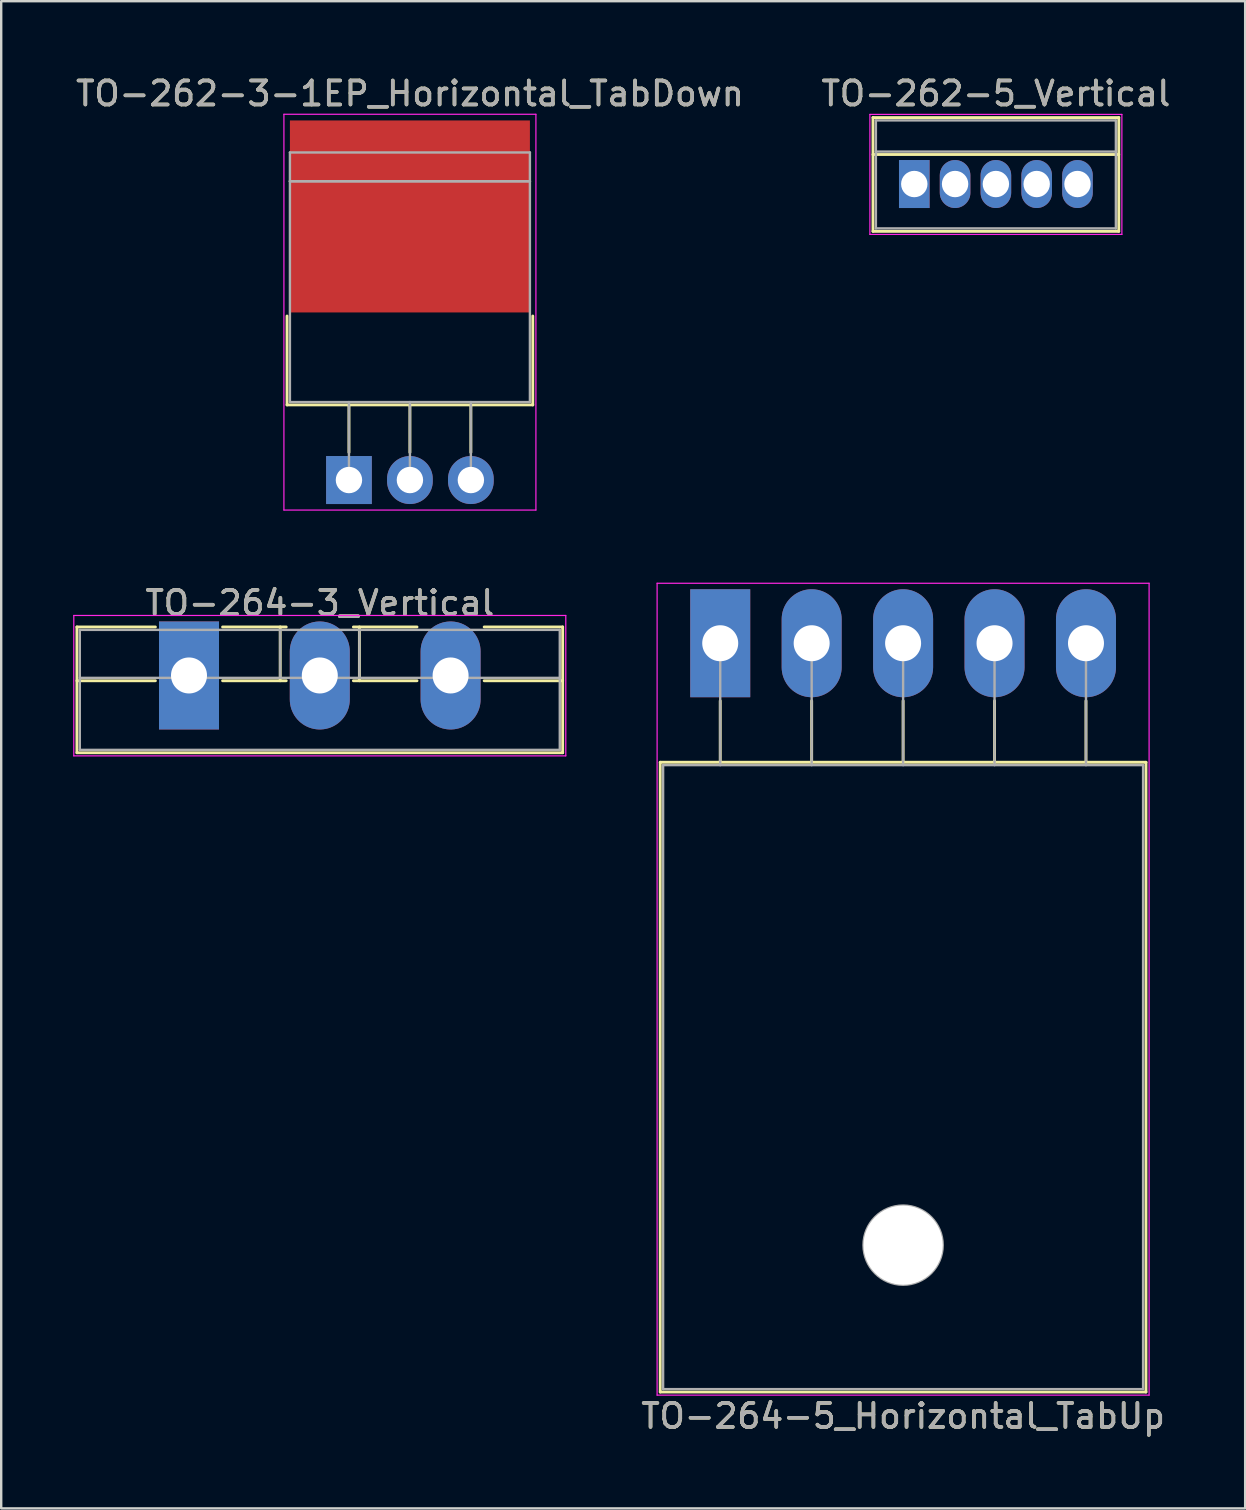
<source format=kicad_pcb>
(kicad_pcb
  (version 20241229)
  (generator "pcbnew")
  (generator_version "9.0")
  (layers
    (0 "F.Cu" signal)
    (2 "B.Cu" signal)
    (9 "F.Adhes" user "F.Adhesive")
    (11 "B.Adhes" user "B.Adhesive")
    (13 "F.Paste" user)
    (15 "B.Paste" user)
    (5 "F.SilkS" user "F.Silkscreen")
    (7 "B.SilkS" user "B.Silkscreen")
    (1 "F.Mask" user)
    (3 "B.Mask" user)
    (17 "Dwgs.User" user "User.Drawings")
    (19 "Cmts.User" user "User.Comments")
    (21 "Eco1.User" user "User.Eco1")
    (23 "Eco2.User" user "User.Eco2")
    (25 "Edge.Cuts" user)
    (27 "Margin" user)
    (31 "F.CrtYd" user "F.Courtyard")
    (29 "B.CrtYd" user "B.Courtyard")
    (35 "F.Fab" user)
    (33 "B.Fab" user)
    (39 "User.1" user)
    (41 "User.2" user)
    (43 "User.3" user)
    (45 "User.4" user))
  (footprint "TO-264-3_Vertical"
    (layer "F.Cu")
    (at 4.825 25.095)
    (property "Reference" "TO-264-3_Vertical" (at 5.45 -3.02 0) (layer "F.SilkS") (effects (font (size 1 1) (thickness 0.15))))
    (attr through_hole)
    (fp_line (start -4.67 -2.021) (end -4.67 3.22) (stroke (width 0.12) (type solid)) (layer "F.SilkS"))
    (fp_line (start -4.67 -2.021) (end -1.4 -2.021) (stroke (width 0.12) (type solid)) (layer "F.SilkS"))
    (fp_line (start -4.67 0.22) (end -1.4 0.22) (stroke (width 0.12) (type solid)) (layer "F.SilkS"))
    (fp_line (start -4.67 3.22) (end 15.57 3.22) (stroke (width 0.12) (type solid)) (layer "F.SilkS"))
    (fp_line (start 1.4 -2.021) (end 4.051 -2.021) (stroke (width 0.12) (type solid)) (layer "F.SilkS"))
    (fp_line (start 1.4 0.22) (end 4.051 0.22) (stroke (width 0.12) (type solid)) (layer "F.SilkS"))
    (fp_line (start 3.8 -2.021) (end 3.8 0.22) (stroke (width 0.12) (type solid)) (layer "F.SilkS"))
    (fp_line (start 6.85 -2.021) (end 9.5 -2.021) (stroke (width 0.12) (type solid)) (layer "F.SilkS"))
    (fp_line (start 6.85 0.22) (end 9.5 0.22) (stroke (width 0.12) (type solid)) (layer "F.SilkS"))
    (fp_line (start 7.1 -2.021) (end 7.1 0.22) (stroke (width 0.12) (type solid)) (layer "F.SilkS"))
    (fp_line (start 12.3 -2.021) (end 15.57 -2.021) (stroke (width 0.12) (type solid)) (layer "F.SilkS"))
    (fp_line (start 12.3 0.22) (end 15.57 0.22) (stroke (width 0.12) (type solid)) (layer "F.SilkS"))
    (fp_line (start 15.57 -2.021) (end 15.57 3.22) (stroke (width 0.12) (type solid)) (layer "F.SilkS"))
    (fp_line (start -4.8 -2.5) (end -4.8 3.35) (stroke (width 0.05) (type solid)) (layer "F.CrtYd"))
    (fp_line (start -4.8 3.35) (end 15.7 3.35) (stroke (width 0.05) (type solid)) (layer "F.CrtYd"))
    (fp_line (start 15.7 -2.5) (end -4.8 -2.5) (stroke (width 0.05) (type solid)) (layer "F.CrtYd"))
    (fp_line (start 15.7 3.35) (end 15.7 -2.5) (stroke (width 0.05) (type solid)) (layer "F.CrtYd"))
    (fp_line (start -4.55 -1.9) (end -4.55 3.1) (stroke (width 0.1) (type solid)) (layer "F.Fab"))
    (fp_line (start -4.55 0.1) (end 15.45 0.1) (stroke (width 0.1) (type solid)) (layer "F.Fab"))
    (fp_line (start -4.55 3.1) (end 15.45 3.1) (stroke (width 0.1) (type solid)) (layer "F.Fab"))
    (fp_line (start 3.8 -1.9) (end 3.8 0.1) (stroke (width 0.1) (type solid)) (layer "F.Fab"))
    (fp_line (start 7.1 -1.9) (end 7.1 0.1) (stroke (width 0.1) (type solid)) (layer "F.Fab"))
    (fp_line (start 15.45 -1.9) (end -4.55 -1.9) (stroke (width 0.1) (type solid)) (layer "F.Fab"))
    (fp_line (start 15.45 3.1) (end 15.45 -1.9) (stroke (width 0.1) (type solid)) (layer "F.Fab"))
    (fp_text user "${REFERENCE}" (at 5.45 -3.02 0) (layer "F.Fab") (effects (font (size 1 1) (thickness 0.15))))
    (pad "1" thru_hole rect (at 0 0) (size 2.5 4.5) (drill 1.5) (layers "*.Cu" "*.Mask"))
    (pad "2" thru_hole oval (at 5.45 0) (size 2.5 4.5) (drill 1.5) (layers "*.Cu" "*.Mask"))
    (pad "3" thru_hole oval (at 10.9 0) (size 2.5 4.5) (drill 1.5) (layers "*.Cu" "*.Mask")))
  (footprint "TO-262-5_Vertical"
    (layer "F.Cu")
    (at 35.046 4.618)
    (property "Reference" "TO-262-5_Vertical" (at 3.4 -3.77 0) (layer "F.SilkS") (effects (font (size 1 1) (thickness 0.15))))
    (attr through_hole)
    (fp_line (start -1.721 -2.77) (end -1.721 1.971) (stroke (width 0.12) (type solid)) (layer "F.SilkS"))
    (fp_line (start -1.721 -2.77) (end 8.52 -2.77) (stroke (width 0.12) (type solid)) (layer "F.SilkS"))
    (fp_line (start -1.721 -1.23) (end 8.52 -1.23) (stroke (width 0.12) (type solid)) (layer "F.SilkS"))
    (fp_line (start -1.721 1.971) (end 8.52 1.971) (stroke (width 0.12) (type solid)) (layer "F.SilkS"))
    (fp_line (start 8.52 -2.77) (end 8.52 1.971) (stroke (width 0.12) (type solid)) (layer "F.SilkS"))
    (fp_line (start -1.85 -2.9) (end -1.85 2.1) (stroke (width 0.05) (type solid)) (layer "F.CrtYd"))
    (fp_line (start -1.85 2.1) (end 8.65 2.1) (stroke (width 0.05) (type solid)) (layer "F.CrtYd"))
    (fp_line (start 8.65 -2.9) (end -1.85 -2.9) (stroke (width 0.05) (type solid)) (layer "F.CrtYd"))
    (fp_line (start 8.65 2.1) (end 8.65 -2.9) (stroke (width 0.05) (type solid)) (layer "F.CrtYd"))
    (fp_line (start -1.6 -2.65) (end -1.6 1.85) (stroke (width 0.1) (type solid)) (layer "F.Fab"))
    (fp_line (start -1.6 -1.35) (end 8.4 -1.35) (stroke (width 0.1) (type solid)) (layer "F.Fab"))
    (fp_line (start -1.6 1.85) (end 8.4 1.85) (stroke (width 0.1) (type solid)) (layer "F.Fab"))
    (fp_line (start 8.4 -2.65) (end -1.6 -2.65) (stroke (width 0.1) (type solid)) (layer "F.Fab"))
    (fp_line (start 8.4 1.85) (end 8.4 -2.65) (stroke (width 0.1) (type solid)) (layer "F.Fab"))
    (fp_text user "${REFERENCE}" (at 3.4 -3.77 0) (layer "F.Fab") (effects (font (size 1 1) (thickness 0.15))))
    (pad "1" thru_hole rect (at 0 0) (size 1.275 2) (drill 1.1) (layers "*.Cu" "*.Mask"))
    (pad "2" thru_hole oval (at 1.7 0) (size 1.275 2) (drill 1.1) (layers "*.Cu" "*.Mask"))
    (pad "3" thru_hole oval (at 3.4 0) (size 1.275 2) (drill 1.1) (layers "*.Cu" "*.Mask"))
    (pad "4" thru_hole oval (at 5.1 0) (size 1.275 2) (drill 1.1) (layers "*.Cu" "*.Mask"))
    (pad "5" thru_hole oval (at 6.8 0) (size 1.275 2) (drill 1.1) (layers "*.Cu" "*.Mask")))
  (footprint "TO-264-5_Horizontal_TabUp"
    (layer "F.Cu")
    (at 26.96 23.752)
    (property "Reference" "TO-264-5_Horizontal_TabUp" (at 7.62 32.2 0) (layer "F.SilkS") (effects (font (size 1 1) (thickness 0.15))))
    (attr through_hole)
    (fp_line (start -2.5 4.96) (end -2.5 31.2) (stroke (width 0.12) (type solid)) (layer "F.SilkS"))
    (fp_line (start -2.5 4.96) (end 17.74 4.96) (stroke (width 0.12) (type solid)) (layer "F.SilkS"))
    (fp_line (start -2.5 31.2) (end 17.74 31.2) (stroke (width 0.12) (type solid)) (layer "F.SilkS"))
    (fp_line (start 0 2.4) (end 0 4.96) (stroke (width 0.12) (type solid)) (layer "F.SilkS"))
    (fp_line (start 3.81 2.4) (end 3.81 4.96) (stroke (width 0.12) (type solid)) (layer "F.SilkS"))
    (fp_line (start 7.62 2.4) (end 7.62 4.96) (stroke (width 0.12) (type solid)) (layer "F.SilkS"))
    (fp_line (start 11.43 2.4) (end 11.43 4.96) (stroke (width 0.12) (type solid)) (layer "F.SilkS"))
    (fp_line (start 15.24 2.4) (end 15.24 4.96) (stroke (width 0.12) (type solid)) (layer "F.SilkS"))
    (fp_line (start 17.74 4.96) (end 17.74 31.2) (stroke (width 0.12) (type solid)) (layer "F.SilkS"))
    (fp_line (start -2.63 -2.5) (end -2.63 31.33) (stroke (width 0.05) (type solid)) (layer "F.CrtYd"))
    (fp_line (start -2.63 31.33) (end 17.87 31.33) (stroke (width 0.05) (type solid)) (layer "F.CrtYd"))
    (fp_line (start 17.87 -2.5) (end -2.63 -2.5) (stroke (width 0.05) (type solid)) (layer "F.CrtYd"))
    (fp_line (start 17.87 31.33) (end 17.87 -2.5) (stroke (width 0.05) (type solid)) (layer "F.CrtYd"))
    (fp_line (start -2.38 5.08) (end -2.38 31.08) (stroke (width 0.1) (type solid)) (layer "F.Fab"))
    (fp_line (start -2.38 31.08) (end 17.62 31.08) (stroke (width 0.1) (type solid)) (layer "F.Fab"))
    (fp_line (start 0 5.08) (end 0 0) (stroke (width 0.1) (type solid)) (layer "F.Fab"))
    (fp_line (start 3.81 5.08) (end 3.81 0) (stroke (width 0.1) (type solid)) (layer "F.Fab"))
    (fp_line (start 7.62 5.08) (end 7.62 0) (stroke (width 0.1) (type solid)) (layer "F.Fab"))
    (fp_line (start 11.43 5.08) (end 11.43 0) (stroke (width 0.1) (type solid)) (layer "F.Fab"))
    (fp_line (start 15.24 5.08) (end 15.24 0) (stroke (width 0.1) (type solid)) (layer "F.Fab"))
    (fp_line (start 17.62 5.08) (end -2.38 5.08) (stroke (width 0.1) (type solid)) (layer "F.Fab"))
    (fp_line (start 17.62 31.08) (end 17.62 5.08) (stroke (width 0.1) (type solid)) (layer "F.Fab"))
    (fp_circle (center 7.62 25.08) (end 9.27 25.08) (stroke (width 0.1) (type solid)) (fill no) (layer "F.Fab"))
    (fp_text user "${REFERENCE}" (at 7.62 32.2 0) (layer "F.Fab") (effects (font (size 1 1) (thickness 0.15))))
    (pad "" np_thru_hole oval (at 7.62 25.08) (size 3.3 3.3) (drill 3.3) (layers "*.Cu" "*.Mask"))
    (pad "1" thru_hole rect (at 0 0) (size 2.5 4.5) (drill 1.5) (layers "*.Cu" "*.Mask"))
    (pad "2" thru_hole oval (at 3.81 0) (size 2.5 4.5) (drill 1.5) (layers "*.Cu" "*.Mask"))
    (pad "3" thru_hole oval (at 7.62 0) (size 2.5 4.5) (drill 1.5) (layers "*.Cu" "*.Mask"))
    (pad "4" thru_hole oval (at 11.43 0) (size 2.5 4.5) (drill 1.5) (layers "*.Cu" "*.Mask"))
    (pad "5" thru_hole oval (at 15.24 0) (size 2.5 4.5) (drill 1.5) (layers "*.Cu" "*.Mask")))
  (footprint "TO-262-3-1EP_Horizontal_TabDown"
    (layer "F.Cu")
    (at 11.49 16.952)
    (property "Reference" "TO-262-3-1EP_Horizontal_TabDown" (at 2.54 -16.103 0) (layer "F.SilkS") (effects (font (size 1 1) (thickness 0.15))))
    (attr through_hole)
    (fp_line (start -2.58 -6.834) (end -2.58 -3.13) (stroke (width 0.12) (type solid)) (layer "F.SilkS"))
    (fp_line (start -2.58 -3.13) (end 7.66 -3.13) (stroke (width 0.12) (type solid)) (layer "F.SilkS"))
    (fp_line (start 0 -3.13) (end 0 -1.15) (stroke (width 0.12) (type solid)) (layer "F.SilkS"))
    (fp_line (start 2.54 -3.13) (end 2.54 -1.15) (stroke (width 0.12) (type solid)) (layer "F.SilkS"))
    (fp_line (start 5.08 -3.13) (end 5.08 -1.15) (stroke (width 0.12) (type solid)) (layer "F.SilkS"))
    (fp_line (start 7.66 -6.834) (end 7.66 -3.13) (stroke (width 0.12) (type solid)) (layer "F.SilkS"))
    (fp_line (start -2.71 -15.24) (end -2.71 1.25) (stroke (width 0.05) (type solid)) (layer "F.CrtYd"))
    (fp_line (start -2.71 1.25) (end 7.79 1.25) (stroke (width 0.05) (type solid)) (layer "F.CrtYd"))
    (fp_line (start 7.79 -15.24) (end -2.71 -15.24) (stroke (width 0.05) (type solid)) (layer "F.CrtYd"))
    (fp_line (start 7.79 1.25) (end 7.79 -15.24) (stroke (width 0.05) (type solid)) (layer "F.CrtYd"))
    (fp_line (start -2.46 -13.65) (end 7.54 -13.65) (stroke (width 0.1) (type solid)) (layer "F.Fab"))
    (fp_line (start -2.46 -12.45) (end -2.46 -13.65) (stroke (width 0.1) (type solid)) (layer "F.Fab"))
    (fp_line (start -2.46 -12.45) (end 7.54 -12.45) (stroke (width 0.1) (type solid)) (layer "F.Fab"))
    (fp_line (start -2.46 -3.25) (end -2.46 -12.45) (stroke (width 0.1) (type solid)) (layer "F.Fab"))
    (fp_line (start 0 -3.25) (end 0 0) (stroke (width 0.1) (type solid)) (layer "F.Fab"))
    (fp_line (start 2.54 -3.25) (end 2.54 0) (stroke (width 0.1) (type solid)) (layer "F.Fab"))
    (fp_line (start 5.08 -3.25) (end 5.08 0) (stroke (width 0.1) (type solid)) (layer "F.Fab"))
    (fp_line (start 7.54 -13.65) (end 7.54 -12.45) (stroke (width 0.1) (type solid)) (layer "F.Fab"))
    (fp_line (start 7.54 -12.45) (end -2.46 -12.45) (stroke (width 0.1) (type solid)) (layer "F.Fab"))
    (fp_line (start 7.54 -12.45) (end 7.54 -3.25) (stroke (width 0.1) (type solid)) (layer "F.Fab"))
    (fp_line (start 7.54 -3.25) (end -2.46 -3.25) (stroke (width 0.1) (type solid)) (layer "F.Fab"))
    (fp_text user "${REFERENCE}" (at 2.54 -16.103 0) (layer "F.Fab") (effects (font (size 1 1) (thickness 0.15))))
    (pad "1" thru_hole rect (at 0 0) (size 1.905 2) (drill 1.1) (layers "*.Cu" "*.Mask"))
    (pad "2" thru_hole oval (at 2.54 0) (size 1.905 2) (drill 1.1) (layers "*.Cu" "*.Mask"))
    (pad "3" thru_hole oval (at 5.08 0) (size 1.905 2) (drill 1.1) (layers "*.Cu" "*.Mask"))
    (pad "4" smd rect (at 2.54 -10.983) (size 10 8) (layers "F.Cu" "F.Mask" "F.Paste")))
  (gr_rect
    (start -3 -3)
    (end 48.833 59.8)
    (stroke (width 0.1) (type default))
    (fill no)
    (layer "Edge.Cuts")))
</source>
